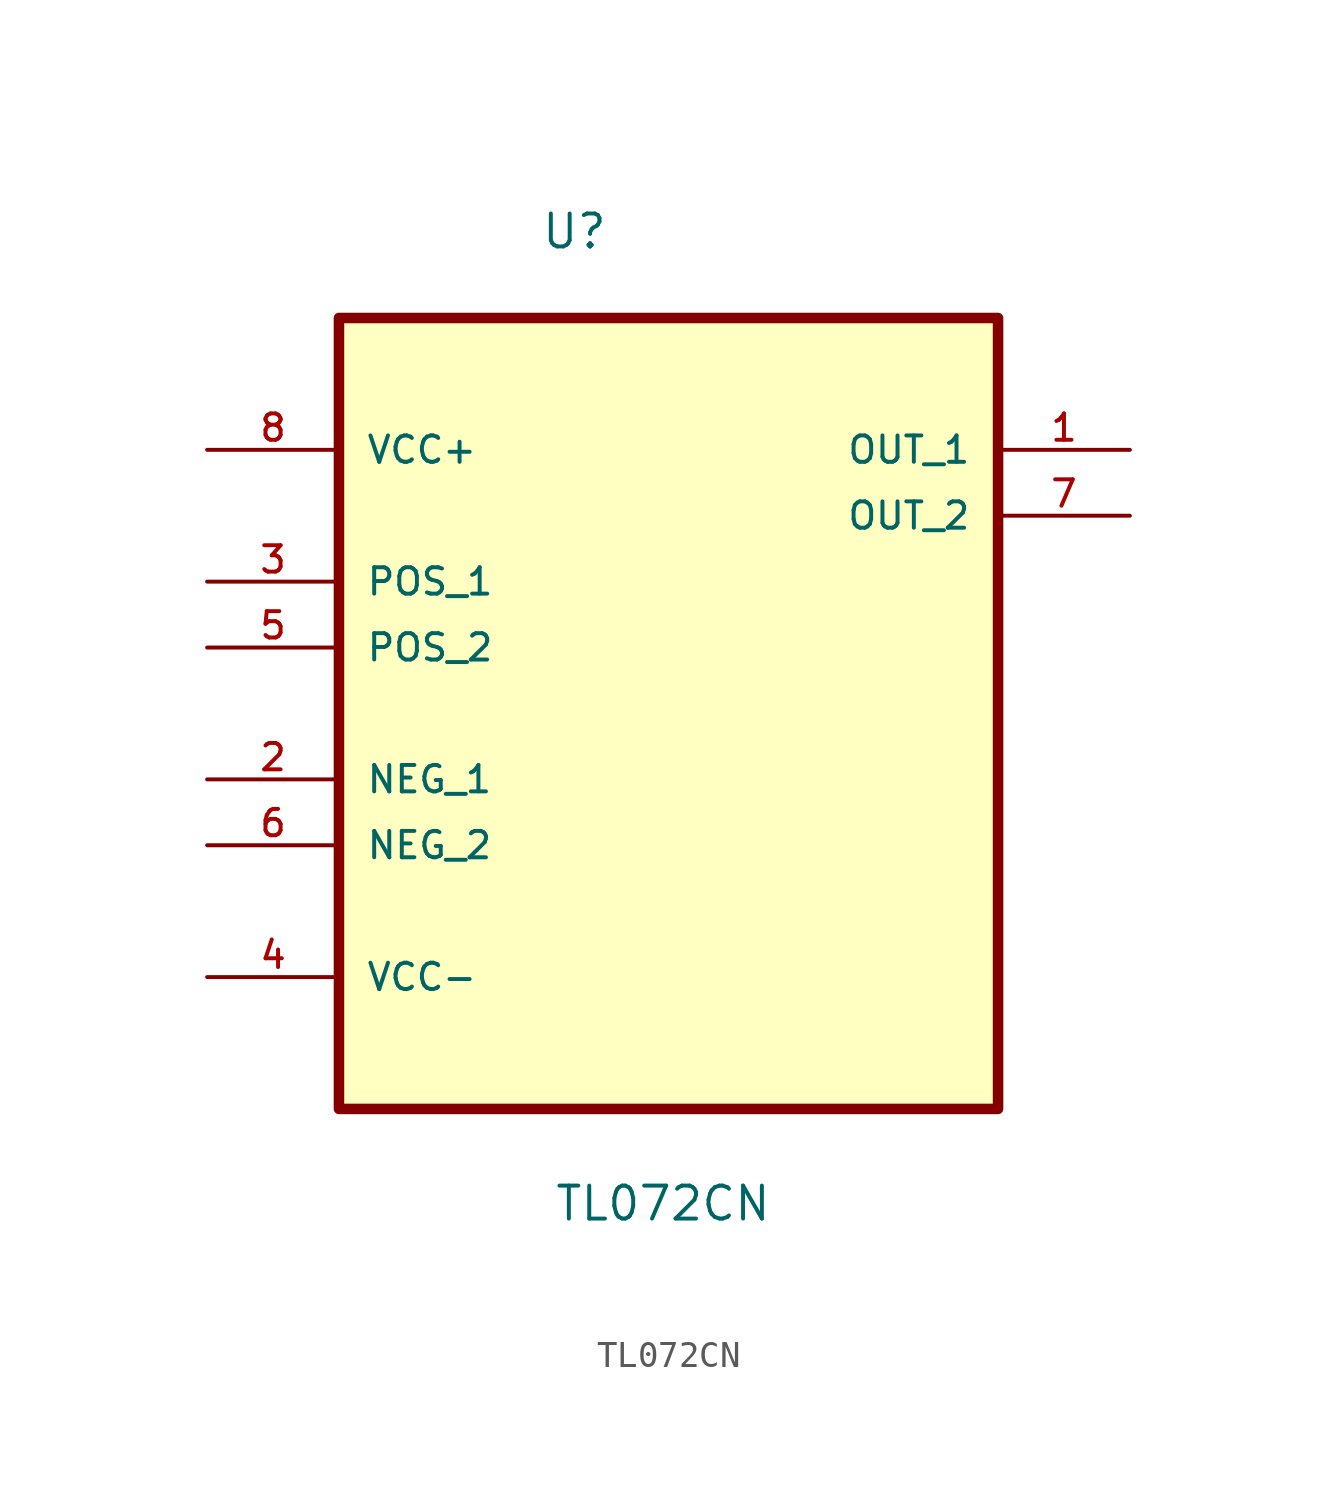
<source format=kicad_sym>
(kicad_symbol_lib
  (version 20211014)
  (generator kicad_symbol_editor)
  (symbol "TL072CN"
    (pin_names
      (offset 1.016))
    (property "Reference" "U"
      (at -4.937 15.294 0.0)
      (effects (font (size 1.27 1.27)) (justify bottom left)))
    (property "Value" "TL072CN"
      (at -4.424 -22.169 0.0)
      (effects (font (size 1.27 1.27)) (justify bottom left)))
    (symbol "TL072CN_0_0"
      (rectangle (start -12.7 -17.78) (end 12.7 12.7) (stroke (width 0.406)) (fill (type background)))
      (pin power_in line (at -17.78 7.62 0) (length 5.08) (name "VCC+" (effects (font (size 1.016 1.016)))) (number "8" (effects (font (size 1.016 1.016)))))
      (pin input line (at -17.78 2.54 0) (length 5.08) (name "POS_1" (effects (font (size 1.016 1.016)))) (number "3" (effects (font (size 1.016 1.016)))))
      (pin input line (at -17.78 0.0 0) (length 5.08) (name "POS_2" (effects (font (size 1.016 1.016)))) (number "5" (effects (font (size 1.016 1.016)))))
      (pin input line (at -17.78 -5.08 0) (length 5.08) (name "NEG_1" (effects (font (size 1.016 1.016)))) (number "2" (effects (font (size 1.016 1.016)))))
      (pin input line (at -17.78 -7.62 0) (length 5.08) (name "NEG_2" (effects (font (size 1.016 1.016)))) (number "6" (effects (font (size 1.016 1.016)))))
      (pin power_in line (at -17.78 -12.7 0) (length 5.08) (name "VCC-" (effects (font (size 1.016 1.016)))) (number "4" (effects (font (size 1.016 1.016)))))
      (pin output line (at 17.78 7.62 180.0) (length 5.08) (name "OUT_1" (effects (font (size 1.016 1.016)))) (number "1" (effects (font (size 1.016 1.016)))))
      (pin output line (at 17.78 5.08 180.0) (length 5.08) (name "OUT_2" (effects (font (size 1.016 1.016)))) (number "7" (effects (font (size 1.016 1.016))))))))
</source>
